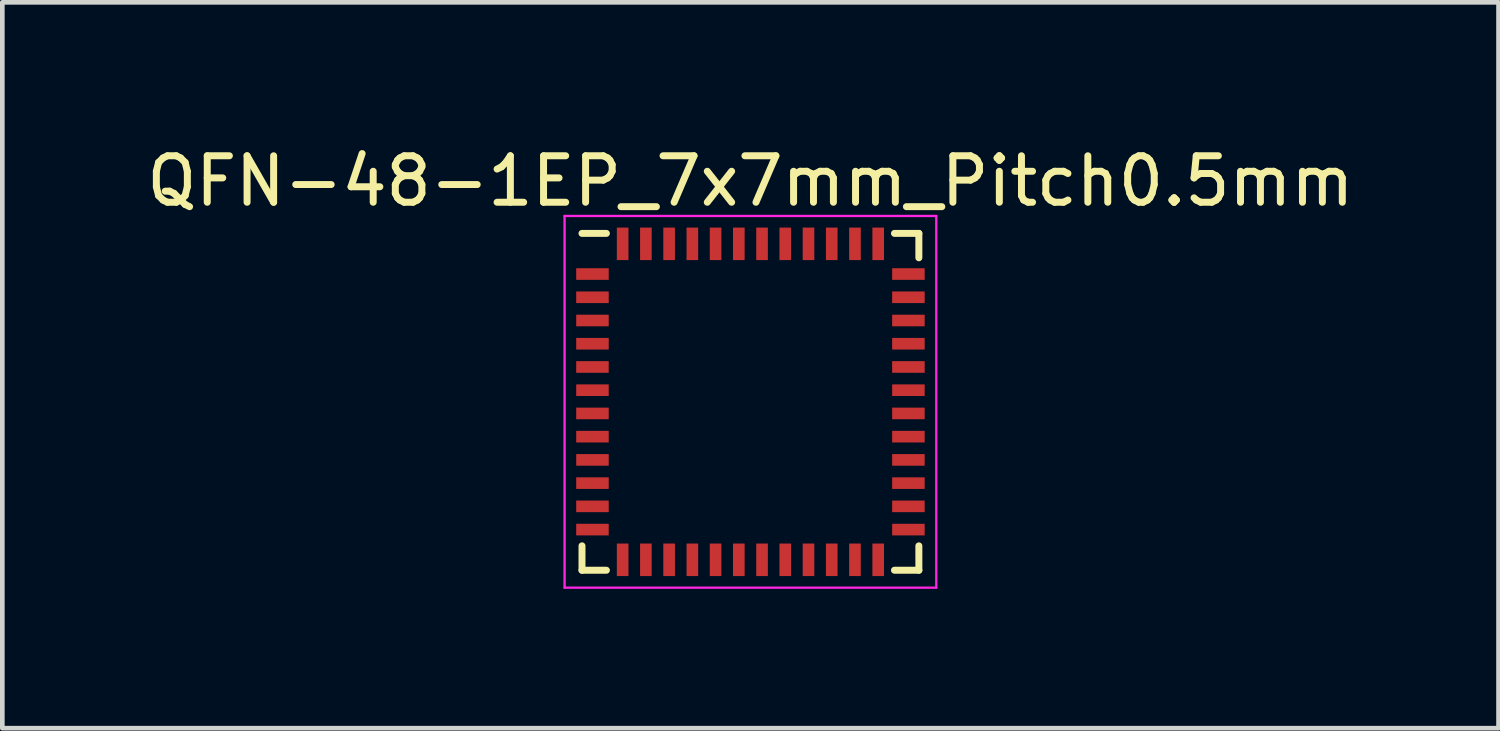
<source format=kicad_pcb>
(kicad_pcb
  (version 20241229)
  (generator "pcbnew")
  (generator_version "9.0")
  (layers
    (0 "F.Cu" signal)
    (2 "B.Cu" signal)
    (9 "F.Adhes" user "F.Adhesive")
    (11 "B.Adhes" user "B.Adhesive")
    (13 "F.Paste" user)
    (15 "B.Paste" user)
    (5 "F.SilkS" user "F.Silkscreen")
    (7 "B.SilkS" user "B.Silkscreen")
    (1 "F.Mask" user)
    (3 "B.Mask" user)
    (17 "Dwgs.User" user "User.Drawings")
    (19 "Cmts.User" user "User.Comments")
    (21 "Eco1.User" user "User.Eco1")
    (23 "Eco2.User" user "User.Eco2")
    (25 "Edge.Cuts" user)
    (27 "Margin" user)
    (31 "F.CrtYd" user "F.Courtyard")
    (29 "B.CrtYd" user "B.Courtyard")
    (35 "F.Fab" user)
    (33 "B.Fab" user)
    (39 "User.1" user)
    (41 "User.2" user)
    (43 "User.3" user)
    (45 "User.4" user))
  (footprint "QFN-48-1EP_7x7mm_Pitch0.5mm"
    (layer "F.Cu")
    (at 13.101 5.598)
    (property "Reference" "QFN-48-1EP_7x7mm_Pitch0.5mm" (at 0 -4.75 0) (layer "F.SilkS") (effects (font (size 1 1) (thickness 0.15))))
    (attr smd)
    (fp_line (start -3.625 -3.625) (end -3.1 -3.625) (stroke (width 0.15) (type solid)) (layer "F.SilkS"))
    (fp_line (start -3.625 3.625) (end -3.625 3.1) (stroke (width 0.15) (type solid)) (layer "F.SilkS"))
    (fp_line (start -3.625 3.625) (end -3.1 3.625) (stroke (width 0.15) (type solid)) (layer "F.SilkS"))
    (fp_line (start 3.625 -3.625) (end 3.1 -3.625) (stroke (width 0.15) (type solid)) (layer "F.SilkS"))
    (fp_line (start 3.625 -3.625) (end 3.625 -3.1) (stroke (width 0.15) (type solid)) (layer "F.SilkS"))
    (fp_line (start 3.625 3.625) (end 3.1 3.625) (stroke (width 0.15) (type solid)) (layer "F.SilkS"))
    (fp_line (start 3.625 3.625) (end 3.625 3.1) (stroke (width 0.15) (type solid)) (layer "F.SilkS"))
    (fp_line (start -4 -4) (end -4 4) (stroke (width 0.05) (type solid)) (layer "F.CrtYd"))
    (fp_line (start -4 -4) (end 4 -4) (stroke (width 0.05) (type solid)) (layer "F.CrtYd"))
    (fp_line (start -4 4) (end 4 4) (stroke (width 0.05) (type solid)) (layer "F.CrtYd"))
    (fp_line (start 4 -4) (end 4 4) (stroke (width 0.05) (type solid)) (layer "F.CrtYd"))
    (pad "1" smd rect (at -3.4 -2.75) (size 0.7 0.25) (layers "F.Cu" "F.Mask" "F.Paste"))
    (pad "2" smd rect (at -3.4 -2.25) (size 0.7 0.25) (layers "F.Cu" "F.Mask" "F.Paste"))
    (pad "3" smd rect (at -3.4 -1.75) (size 0.7 0.25) (layers "F.Cu" "F.Mask" "F.Paste"))
    (pad "4" smd rect (at -3.4 -1.25) (size 0.7 0.25) (layers "F.Cu" "F.Mask" "F.Paste"))
    (pad "5" smd rect (at -3.4 -0.75) (size 0.7 0.25) (layers "F.Cu" "F.Mask" "F.Paste"))
    (pad "6" smd rect (at -3.4 -0.25) (size 0.7 0.25) (layers "F.Cu" "F.Mask" "F.Paste"))
    (pad "7" smd rect (at -3.4 0.25) (size 0.7 0.25) (layers "F.Cu" "F.Mask" "F.Paste"))
    (pad "8" smd rect (at -3.4 0.75) (size 0.7 0.25) (layers "F.Cu" "F.Mask" "F.Paste"))
    (pad "9" smd rect (at -3.4 1.25) (size 0.7 0.25) (layers "F.Cu" "F.Mask" "F.Paste"))
    (pad "10" smd rect (at -3.4 1.75) (size 0.7 0.25) (layers "F.Cu" "F.Mask" "F.Paste"))
    (pad "11" smd rect (at -3.4 2.25) (size 0.7 0.25) (layers "F.Cu" "F.Mask" "F.Paste"))
    (pad "12" smd rect (at -3.4 2.75) (size 0.7 0.25) (layers "F.Cu" "F.Mask" "F.Paste"))
    (pad "13" smd rect (at -2.75 3.4 90) (size 0.7 0.25) (layers "F.Cu" "F.Mask" "F.Paste"))
    (pad "14" smd rect (at -2.25 3.4 90) (size 0.7 0.25) (layers "F.Cu" "F.Mask" "F.Paste"))
    (pad "15" smd rect (at -1.75 3.4 90) (size 0.7 0.25) (layers "F.Cu" "F.Mask" "F.Paste"))
    (pad "16" smd rect (at -1.25 3.4 90) (size 0.7 0.25) (layers "F.Cu" "F.Mask" "F.Paste"))
    (pad "17" smd rect (at -0.75 3.4 90) (size 0.7 0.25) (layers "F.Cu" "F.Mask" "F.Paste"))
    (pad "18" smd rect (at -0.25 3.4 90) (size 0.7 0.25) (layers "F.Cu" "F.Mask" "F.Paste"))
    (pad "19" smd rect (at 0.25 3.4 90) (size 0.7 0.25) (layers "F.Cu" "F.Mask" "F.Paste"))
    (pad "20" smd rect (at 0.75 3.4 90) (size 0.7 0.25) (layers "F.Cu" "F.Mask" "F.Paste"))
    (pad "21" smd rect (at 1.25 3.4 90) (size 0.7 0.25) (layers "F.Cu" "F.Mask" "F.Paste"))
    (pad "22" smd rect (at 1.75 3.4 90) (size 0.7 0.25) (layers "F.Cu" "F.Mask" "F.Paste"))
    (pad "23" smd rect (at 2.25 3.4 90) (size 0.7 0.25) (layers "F.Cu" "F.Mask" "F.Paste"))
    (pad "24" smd rect (at 2.75 3.4 90) (size 0.7 0.25) (layers "F.Cu" "F.Mask" "F.Paste"))
    (pad "25" smd rect (at 3.4 2.75) (size 0.7 0.25) (layers "F.Cu" "F.Mask" "F.Paste"))
    (pad "26" smd rect (at 3.4 2.25) (size 0.7 0.25) (layers "F.Cu" "F.Mask" "F.Paste"))
    (pad "27" smd rect (at 3.4 1.75) (size 0.7 0.25) (layers "F.Cu" "F.Mask" "F.Paste"))
    (pad "28" smd rect (at 3.4 1.25) (size 0.7 0.25) (layers "F.Cu" "F.Mask" "F.Paste"))
    (pad "29" smd rect (at 3.4 0.75) (size 0.7 0.25) (layers "F.Cu" "F.Mask" "F.Paste"))
    (pad "30" smd rect (at 3.4 0.25) (size 0.7 0.25) (layers "F.Cu" "F.Mask" "F.Paste"))
    (pad "31" smd rect (at 3.4 -0.25) (size 0.7 0.25) (layers "F.Cu" "F.Mask" "F.Paste"))
    (pad "32" smd rect (at 3.4 -0.75) (size 0.7 0.25) (layers "F.Cu" "F.Mask" "F.Paste"))
    (pad "33" smd rect (at 3.4 -1.25) (size 0.7 0.25) (layers "F.Cu" "F.Mask" "F.Paste"))
    (pad "34" smd rect (at 3.4 -1.75) (size 0.7 0.25) (layers "F.Cu" "F.Mask" "F.Paste"))
    (pad "35" smd rect (at 3.4 -2.25) (size 0.7 0.25) (layers "F.Cu" "F.Mask" "F.Paste"))
    (pad "36" smd rect (at 3.4 -2.75) (size 0.7 0.25) (layers "F.Cu" "F.Mask" "F.Paste"))
    (pad "37" smd rect (at 2.75 -3.4 90) (size 0.7 0.25) (layers "F.Cu" "F.Mask" "F.Paste"))
    (pad "38" smd rect (at 2.25 -3.4 90) (size 0.7 0.25) (layers "F.Cu" "F.Mask" "F.Paste"))
    (pad "39" smd rect (at 1.75 -3.4 90) (size 0.7 0.25) (layers "F.Cu" "F.Mask" "F.Paste"))
    (pad "40" smd rect (at 1.25 -3.4 90) (size 0.7 0.25) (layers "F.Cu" "F.Mask" "F.Paste"))
    (pad "41" smd rect (at 0.75 -3.4 90) (size 0.7 0.25) (layers "F.Cu" "F.Mask" "F.Paste"))
    (pad "42" smd rect (at 0.25 -3.4 90) (size 0.7 0.25) (layers "F.Cu" "F.Mask" "F.Paste"))
    (pad "43" smd rect (at -0.25 -3.4 90) (size 0.7 0.25) (layers "F.Cu" "F.Mask" "F.Paste"))
    (pad "44" smd rect (at -0.75 -3.4 90) (size 0.7 0.25) (layers "F.Cu" "F.Mask" "F.Paste"))
    (pad "45" smd rect (at -1.25 -3.4 90) (size 0.7 0.25) (layers "F.Cu" "F.Mask" "F.Paste"))
    (pad "46" smd rect (at -1.75 -3.4 90) (size 0.7 0.25) (layers "F.Cu" "F.Mask" "F.Paste"))
    (pad "47" smd rect (at -2.25 -3.4 90) (size 0.7 0.25) (layers "F.Cu" "F.Mask" "F.Paste"))
    (pad "48" smd rect (at -2.75 -3.4 90) (size 0.7 0.25) (layers "F.Cu" "F.Mask" "F.Paste")))
  (gr_rect
    (start -3 -3)
    (end 29.202 12.623)
    (stroke (width 0.1) (type default))
    (fill no)
    (layer "Edge.Cuts")))
</source>
